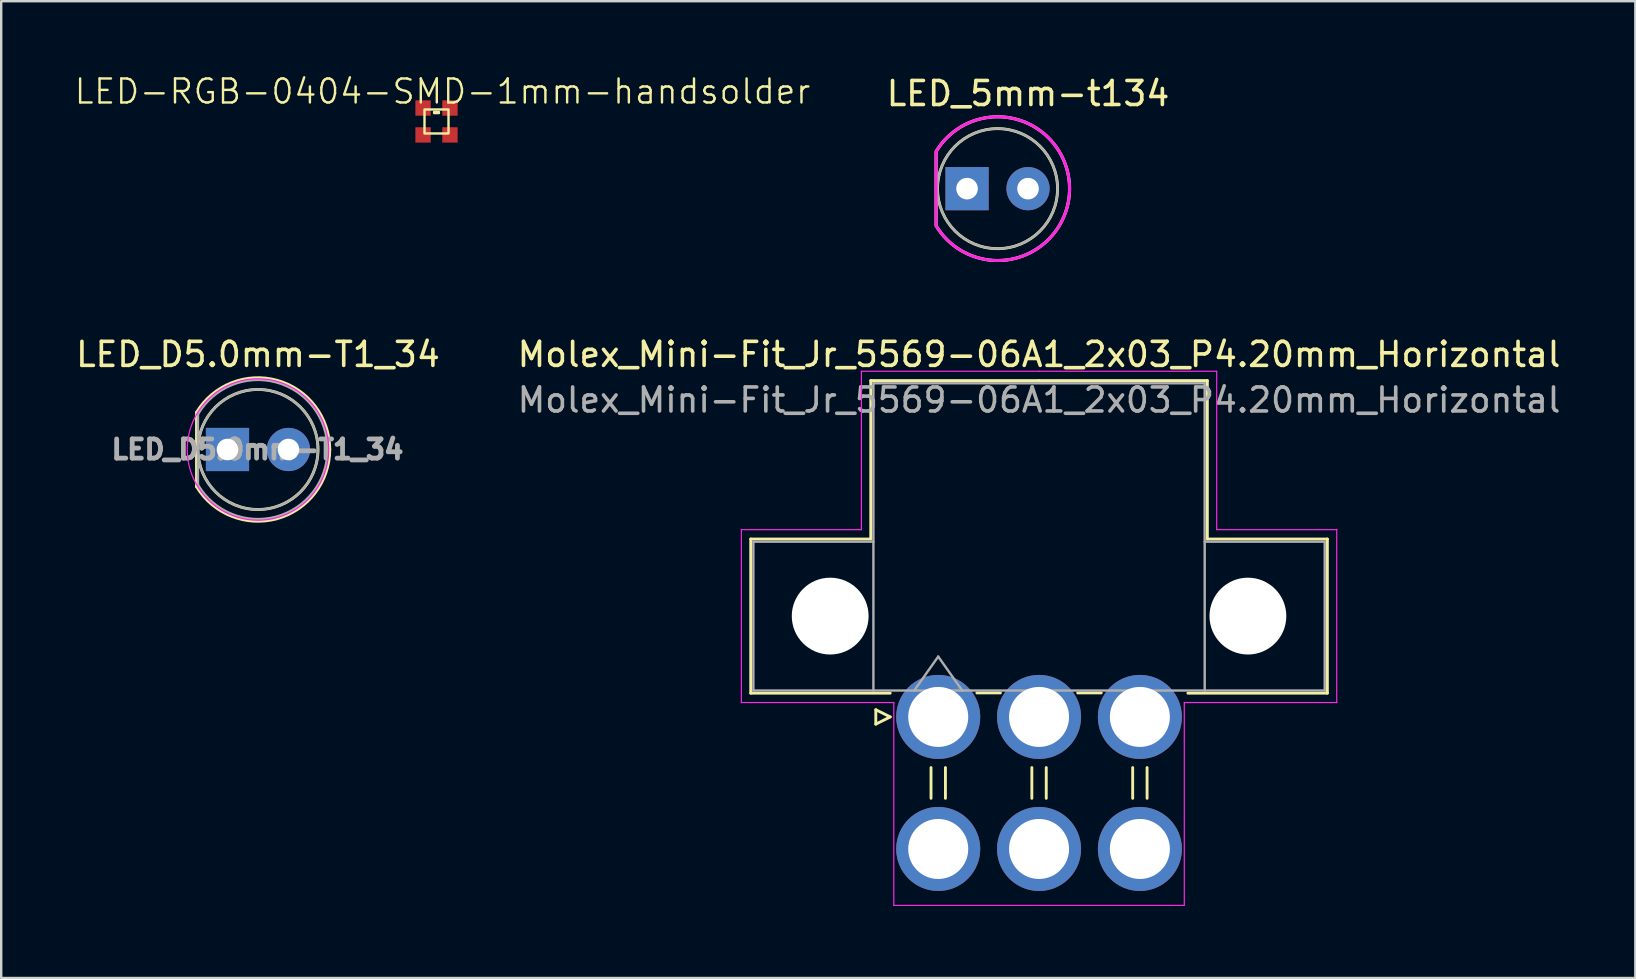
<source format=kicad_pcb>
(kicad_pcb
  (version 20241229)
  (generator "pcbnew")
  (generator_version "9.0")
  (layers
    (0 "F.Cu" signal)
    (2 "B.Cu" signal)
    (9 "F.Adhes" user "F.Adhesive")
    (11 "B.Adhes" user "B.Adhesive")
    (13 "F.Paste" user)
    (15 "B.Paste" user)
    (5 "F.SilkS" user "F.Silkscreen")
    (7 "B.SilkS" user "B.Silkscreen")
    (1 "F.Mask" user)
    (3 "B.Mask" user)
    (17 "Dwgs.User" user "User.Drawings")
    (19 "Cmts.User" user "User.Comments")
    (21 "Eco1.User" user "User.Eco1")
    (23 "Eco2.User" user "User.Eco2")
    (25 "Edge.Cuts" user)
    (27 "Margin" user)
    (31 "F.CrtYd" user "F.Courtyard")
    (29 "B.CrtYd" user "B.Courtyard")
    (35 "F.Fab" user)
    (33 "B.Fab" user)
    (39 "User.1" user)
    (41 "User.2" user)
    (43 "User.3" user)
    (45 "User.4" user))
  (footprint "LED_D5.0mm-T1_34"
    (layer "F.Cu")
    (at 7.696 15.674)
    (property "Reference" "LED_D5.0mm-T1_34" (at 0 -3.96 0) (layer "F.SilkS") (effects (font (size 1 1) (thickness 0.15))))
    (attr through_hole)
    (fp_line (start -2.56 -1.545) (end -2.56 1.545) (stroke (width 0.12) (type solid)) (layer "F.SilkS"))
    (fp_arc (start -2.56 -1.54483) (mid 0.802002 -2.880433) (end 2.99 0.000462) (stroke (width 0.12) (type solid)) (layer "F.SilkS"))
    (fp_arc (start 2.99 -0.000462) (mid 0.802002 2.880433) (end -2.56 1.54483) (stroke (width 0.12) (type solid)) (layer "F.SilkS"))
    (fp_circle (center 0 0) (end 2.5 0) (stroke (width 0.12) (type solid)) (fill no) (layer "F.SilkS"))
    (fp_circle (center 0 0) (end 2.946 0) (stroke (width 0.05) (type solid)) (fill no) (layer "F.CrtYd"))
    (fp_line (start -2.5 -1.47) (end -2.5 1.47) (stroke (width 0.1) (type solid)) (layer "F.Fab"))
    (fp_arc (start -2.5 -1.469694) (mid 2.9 0.000016) (end -2.500016 1.469666) (stroke (width 0.1) (type solid)) (layer "F.Fab"))
    (fp_circle (center 0 0) (end 2.5 0) (stroke (width 0.1) (type solid)) (fill no) (layer "F.Fab"))
    (fp_text user "${REFERENCE}" (at -0.02 0 0) (layer "F.Fab") (effects (font (size 0.8 0.8) (thickness 0.2))))
    (pad "1" thru_hole rect (at -1.27 0) (size 1.8 1.8) (drill 0.9) (layers "*.Cu" "*.Mask"))
    (pad "2" thru_hole circle (at 1.27 0) (size 1.8 1.8) (drill 0.9) (layers "*.Cu" "*.Mask")))
  (footprint "Molex_Mini-Fit_Jr_5569-06A1_2x03_P4.20mm_Horizontal"
    (layer "F.Cu")
    (at 36.032 26.814)
    (property "Reference" "Molex_Mini-Fit_Jr_5569-06A1_2x03_P4.20mm_Horizontal" (at 4.2 -15.1 0) (layer "F.SilkS") (effects (font (size 1 1) (thickness 0.15))))
    (attr through_hole)
    (fp_line (start -7.81 -7.41) (end -7.81 -0.99) (stroke (width 0.12) (type solid)) (layer "F.SilkS"))
    (fp_line (start -7.81 -0.99) (end -2 -0.99) (stroke (width 0.12) (type solid)) (layer "F.SilkS"))
    (fp_line (start -2.81 -14.01) (end -2.81 -7.41) (stroke (width 0.12) (type solid)) (layer "F.SilkS"))
    (fp_line (start -2.81 -7.41) (end -7.81 -7.41) (stroke (width 0.12) (type solid)) (layer "F.SilkS"))
    (fp_line (start -2.6 -0.3) (end -2 0) (stroke (width 0.12) (type solid)) (layer "F.SilkS"))
    (fp_line (start -2.6 0.3) (end -2.6 -0.3) (stroke (width 0.12) (type solid)) (layer "F.SilkS"))
    (fp_line (start -2 0) (end -2.6 0.3) (stroke (width 0.12) (type solid)) (layer "F.SilkS"))
    (fp_line (start -0.3 2.11) (end -0.3 3.39) (stroke (width 0.12) (type solid)) (layer "F.SilkS"))
    (fp_line (start 0.3 2.11) (end 0.3 3.39) (stroke (width 0.12) (type solid)) (layer "F.SilkS"))
    (fp_line (start 1.61 -1) (end 2.59 -1) (stroke (width 0.12) (type solid)) (layer "F.SilkS"))
    (fp_line (start 3.9 2.11) (end 3.9 3.39) (stroke (width 0.12) (type solid)) (layer "F.SilkS"))
    (fp_line (start 4.2 -14.01) (end -2.81 -14.01) (stroke (width 0.12) (type solid)) (layer "F.SilkS"))
    (fp_line (start 4.2 -14.01) (end 11.21 -14.01) (stroke (width 0.12) (type solid)) (layer "F.SilkS"))
    (fp_line (start 4.5 2.11) (end 4.5 3.39) (stroke (width 0.12) (type solid)) (layer "F.SilkS"))
    (fp_line (start 5.81 -1) (end 6.79 -1) (stroke (width 0.12) (type solid)) (layer "F.SilkS"))
    (fp_line (start 8.1 2.11) (end 8.1 3.39) (stroke (width 0.12) (type solid)) (layer "F.SilkS"))
    (fp_line (start 8.7 2.11) (end 8.7 3.39) (stroke (width 0.12) (type solid)) (layer "F.SilkS"))
    (fp_line (start 11.21 -14.01) (end 11.21 -7.41) (stroke (width 0.12) (type solid)) (layer "F.SilkS"))
    (fp_line (start 11.21 -7.41) (end 16.21 -7.41) (stroke (width 0.12) (type solid)) (layer "F.SilkS"))
    (fp_line (start 16.21 -7.41) (end 16.21 -0.99) (stroke (width 0.12) (type solid)) (layer "F.SilkS"))
    (fp_line (start 16.21 -0.99) (end 10.4 -0.99) (stroke (width 0.12) (type solid)) (layer "F.SilkS"))
    (fp_line (start -8.2 -7.8) (end -8.2 -0.6) (stroke (width 0.05) (type solid)) (layer "F.CrtYd"))
    (fp_line (start -8.2 -0.6) (end -1.85 -0.6) (stroke (width 0.05) (type solid)) (layer "F.CrtYd"))
    (fp_line (start -3.2 -14.4) (end -3.2 -7.8) (stroke (width 0.05) (type solid)) (layer "F.CrtYd"))
    (fp_line (start -3.2 -7.8) (end -8.2 -7.8) (stroke (width 0.05) (type solid)) (layer "F.CrtYd"))
    (fp_line (start -1.85 -0.6) (end -1.85 7.85) (stroke (width 0.05) (type solid)) (layer "F.CrtYd"))
    (fp_line (start -1.85 7.85) (end 4.2 7.85) (stroke (width 0.05) (type solid)) (layer "F.CrtYd"))
    (fp_line (start 4.2 -14.4) (end -3.2 -14.4) (stroke (width 0.05) (type solid)) (layer "F.CrtYd"))
    (fp_line (start 4.2 -14.4) (end 11.6 -14.4) (stroke (width 0.05) (type solid)) (layer "F.CrtYd"))
    (fp_line (start 10.25 -0.6) (end 10.25 7.85) (stroke (width 0.05) (type solid)) (layer "F.CrtYd"))
    (fp_line (start 10.25 7.85) (end 4.2 7.85) (stroke (width 0.05) (type solid)) (layer "F.CrtYd"))
    (fp_line (start 11.6 -14.4) (end 11.6 -7.8) (stroke (width 0.05) (type solid)) (layer "F.CrtYd"))
    (fp_line (start 11.6 -7.8) (end 16.6 -7.8) (stroke (width 0.05) (type solid)) (layer "F.CrtYd"))
    (fp_line (start 16.6 -7.8) (end 16.6 -0.6) (stroke (width 0.05) (type solid)) (layer "F.CrtYd"))
    (fp_line (start 16.6 -0.6) (end 10.25 -0.6) (stroke (width 0.05) (type solid)) (layer "F.CrtYd"))
    (fp_line (start -7.7 -7.3) (end -7.7 -1.1) (stroke (width 0.1) (type solid)) (layer "F.Fab"))
    (fp_line (start -7.7 -1.1) (end -2.7 -1.1) (stroke (width 0.1) (type solid)) (layer "F.Fab"))
    (fp_line (start -2.7 -13.9) (end -2.7 -1.1) (stroke (width 0.1) (type solid)) (layer "F.Fab"))
    (fp_line (start -2.7 -7.3) (end -7.7 -7.3) (stroke (width 0.1) (type solid)) (layer "F.Fab"))
    (fp_line (start -2.7 -1.1) (end 11.1 -1.1) (stroke (width 0.1) (type solid)) (layer "F.Fab"))
    (fp_line (start -1 -1.1) (end 0 -2.514) (stroke (width 0.1) (type solid)) (layer "F.Fab"))
    (fp_line (start 0 -2.514) (end 1 -1.1) (stroke (width 0.1) (type solid)) (layer "F.Fab"))
    (fp_line (start 11.1 -13.9) (end -2.7 -13.9) (stroke (width 0.1) (type solid)) (layer "F.Fab"))
    (fp_line (start 11.1 -7.3) (end 16.1 -7.3) (stroke (width 0.1) (type solid)) (layer "F.Fab"))
    (fp_line (start 11.1 -1.1) (end 11.1 -13.9) (stroke (width 0.1) (type solid)) (layer "F.Fab"))
    (fp_line (start 16.1 -7.3) (end 16.1 -1.1) (stroke (width 0.1) (type solid)) (layer "F.Fab"))
    (fp_line (start 16.1 -1.1) (end 11.1 -1.1) (stroke (width 0.1) (type solid)) (layer "F.Fab"))
    (fp_text user "${REFERENCE}" (at 4.2 -13.2 0) (layer "F.Fab") (effects (font (size 1 1) (thickness 0.15))))
    (pad "" np_thru_hole circle (at -4.5 -4.2) (size 3.2 3.2) (drill 3.2) (layers "*.Cu" "*.Mask"))
    (pad "" np_thru_hole circle (at 12.9 -4.2) (size 3.2 3.2) (drill 3.2) (layers "*.Cu" "*.Mask"))
    (pad "1" thru_hole circle (at 0 0) (size 3.5 3.5) (drill 2.5) (layers "*.Cu" "*.Mask"))
    (pad "2" thru_hole circle (at 4.2 0) (size 3.5 3.5) (drill 2.5) (layers "*.Cu" "*.Mask"))
    (pad "3" thru_hole circle (at 8.4 0) (size 3.5 3.5) (drill 2.5) (layers "*.Cu" "*.Mask"))
    (pad "4" thru_hole circle (at 0 5.5) (size 3.5 3.5) (drill 2.5) (layers "*.Cu" "*.Mask"))
    (pad "5" thru_hole circle (at 4.2 5.5) (size 3.5 3.5) (drill 2.5) (layers "*.Cu" "*.Mask"))
    (pad "6" thru_hole circle (at 8.4 5.5) (size 3.5 3.5) (drill 2.5) (layers "*.Cu" "*.Mask")))
  (footprint "LED_5mm-t134"
    (layer "F.Cu")
    (at 38.503 4.808)
    (property "Reference" "LED_5mm-t134" (at 1.27 -3.96 0) (layer "F.SilkS") (effects (font (size 1 1) (thickness 0.15))))
    (attr through_hole)
    (fp_circle (center 0 0) (end 2.5 0) (stroke (width 0.12) (type solid)) (fill no) (layer "F.SilkS"))
    (fp_poly (pts (arc (start 3 0) (mid 0.80689 -2.884547) (end -2.56 -1.545)) (arc (start -2.56 1.545) (mid 0.806891 2.884548) (end 3 0))) (stroke (width 0.127) (type solid)) (fill no) (layer "F.SilkS"))
    (fp_poly (pts (arc (start 3 0) (mid 0.80689 -2.884547) (end -2.56 -1.545)) (arc (start -2.56 1.545) (mid 0.806891 2.884548) (end 3 0))) (stroke (width 0.127) (type solid)) (fill no) (layer "F.CrtYd"))
    (fp_circle (center 0 0) (end 2.5 0) (stroke (width 0.1) (type solid)) (fill no) (layer "F.Fab"))
    (pad "1" thru_hole rect (at -1.27 0) (size 1.8 1.8) (drill 0.9) (layers "*.Cu" "*.Mask"))
    (pad "2" thru_hole circle (at 1.27 0) (size 1.8 1.8) (drill 0.9) (layers "*.Cu" "*.Mask")))
  (footprint "LED-RGB-0404-SMD-1mm-handsolder"
    (layer "F.Cu")
    (at 15.133 2.01)
    (property "Reference" "LED-RGB-0404-SMD-1mm-handsolder" (at 0.25 -1.25 0) (unlocked yes) (layer "F.SilkS") (effects (font (size 1 1) (thickness 0.1))))
    (attr smd)
    (fp_rect (start -0.5 -0.5) (end 0.5 0.5) (stroke (width 0.1) (type default)) (fill no) (layer "F.SilkS"))
    (fp_rect (start -0.1 -0.4) (end 0.1 -0.35) (stroke (width 0.1) (type default)) (fill no) (layer "F.SilkS"))
    (pad "1" smd rect (at -0.56 -0.56) (size 0.64 0.64) (layers "F.Cu" "F.Mask" "F.Paste"))
    (pad "2" smd rect (at -0.56 0.56) (size 0.64 0.64) (layers "F.Cu" "F.Mask" "F.Paste"))
    (pad "3" smd rect (at 0.56 0.56) (size 0.64 0.64) (layers "F.Cu" "F.Mask" "F.Paste"))
    (pad "4" smd rect (at 0.56 -0.56) (size 0.64 0.64) (layers "F.Cu" "F.Mask" "F.Paste")))
  (gr_rect
    (start -3 -3)
    (end 65.071 37.689)
    (stroke (width 0.1) (type default))
    (fill no)
    (layer "Edge.Cuts")))
</source>
